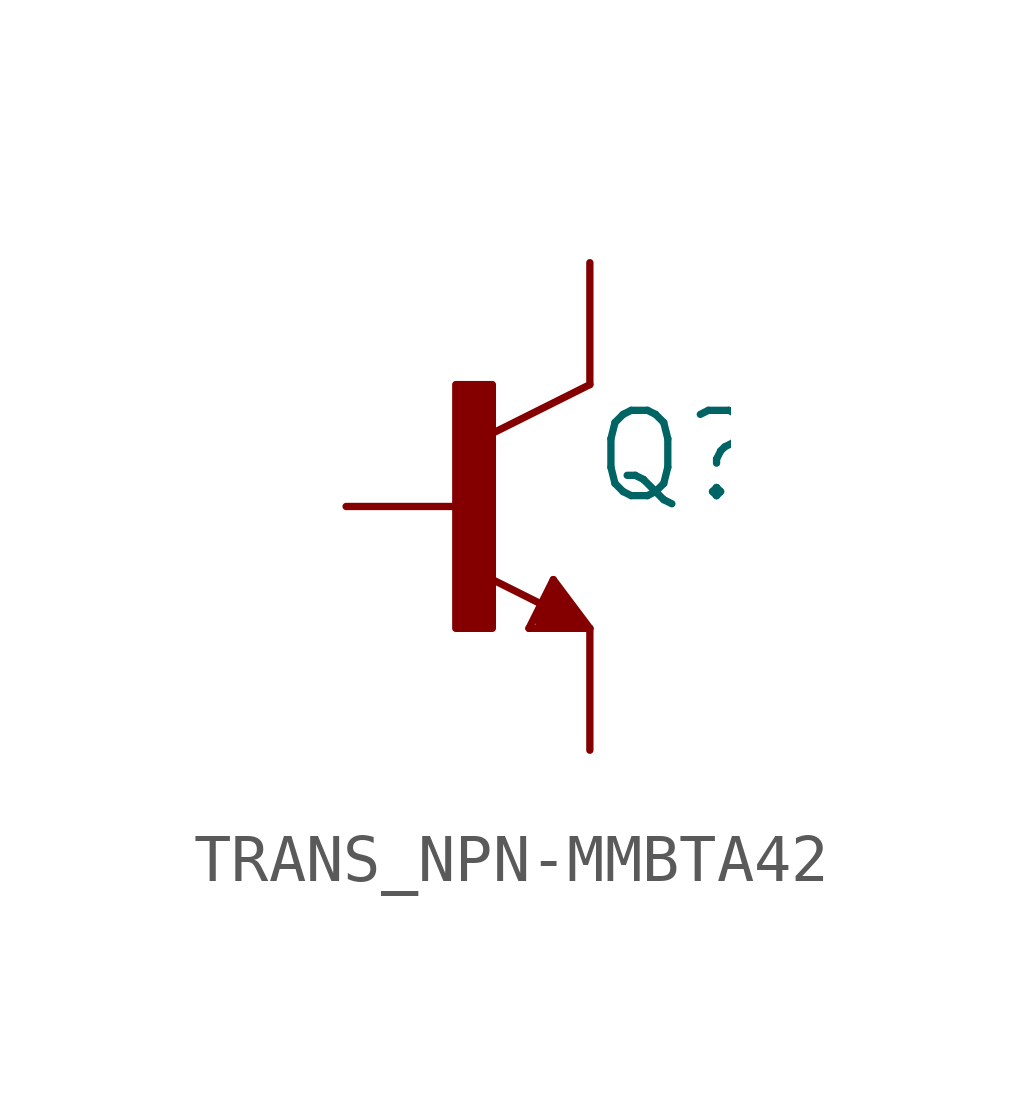
<source format=kicad_sym>
(kicad_symbol_lib
  (version 20241209)
  (generator "kicad_symbol_editor")
  (generator_version "9.0")
  (symbol "TRANS_NPN-MMBTA42"
    (property "Reference" "Q"
      (at 2.54 0 0)
      (effects (font (size 1.778 1.778)) (justify left bottom)))
    (property "Value" ""
      (at 2.54 -2.286 0)
      (effects (font (size 1.778 1.778)) (justify left bottom)))
    (property "ki_locked" ""
      (at 0 0 0)
      (effects (font (size 1.27 1.27))))
    (symbol "TRANS_NPN-MMBTA42_1_0"
      (rectangle (start -0.254 -2.54) (end 0.508 2.54) (stroke (width 0) (type default)) (fill (type outline)))
      (polyline (pts (xy 1.27 -2.54) (xy 1.778 -1.524)) (stroke (width 0.152) (type solid)) (fill (type none)))
      (polyline (pts (xy 1.524 -2.286) (xy 1.905 -2.286)) (stroke (width 0.254) (type solid)) (fill (type none)))
      (polyline (pts (xy 1.524 -2.413) (xy 2.286 -2.413)) (stroke (width 0.254) (type solid)) (fill (type none)))
      (polyline (pts (xy 1.54 -2.04) (xy 0.308 -1.424)) (stroke (width 0.152) (type solid)) (fill (type none)))
      (polyline (pts (xy 1.778 -1.524) (xy 2.54 -2.54)) (stroke (width 0.152) (type solid)) (fill (type none)))
      (polyline (pts (xy 1.778 -1.778) (xy 1.524 -2.286)) (stroke (width 0.254) (type solid)) (fill (type none)))
      (polyline (pts (xy 1.905 -2.286) (xy 1.778 -2.032)) (stroke (width 0.254) (type solid)) (fill (type none)))
      (polyline (pts (xy 2.286 -2.413) (xy 1.778 -1.778)) (stroke (width 0.254) (type solid)) (fill (type none)))
      (polyline (pts (xy 2.54 2.54) (xy 0.508 1.524)) (stroke (width 0.152) (type solid)) (fill (type none)))
      (polyline (pts (xy 2.54 -2.54) (xy 1.27 -2.54)) (stroke (width 0.152) (type solid)) (fill (type none)))
      (pin passive line (at -2.54 0 0) (length 2.54) (name "B" (effects (font (size 0 0)))) (number "1" (effects (font (size 0 0)))))
      (pin passive line (at 2.54 5.08 270) (length 2.54) (name "C" (effects (font (size 0 0)))) (number "3" (effects (font (size 0 0)))))
      (pin passive line (at 2.54 -5.08 90) (length 2.54) (name "E" (effects (font (size 0 0)))) (number "2" (effects (font (size 0 0))))))))
</source>
